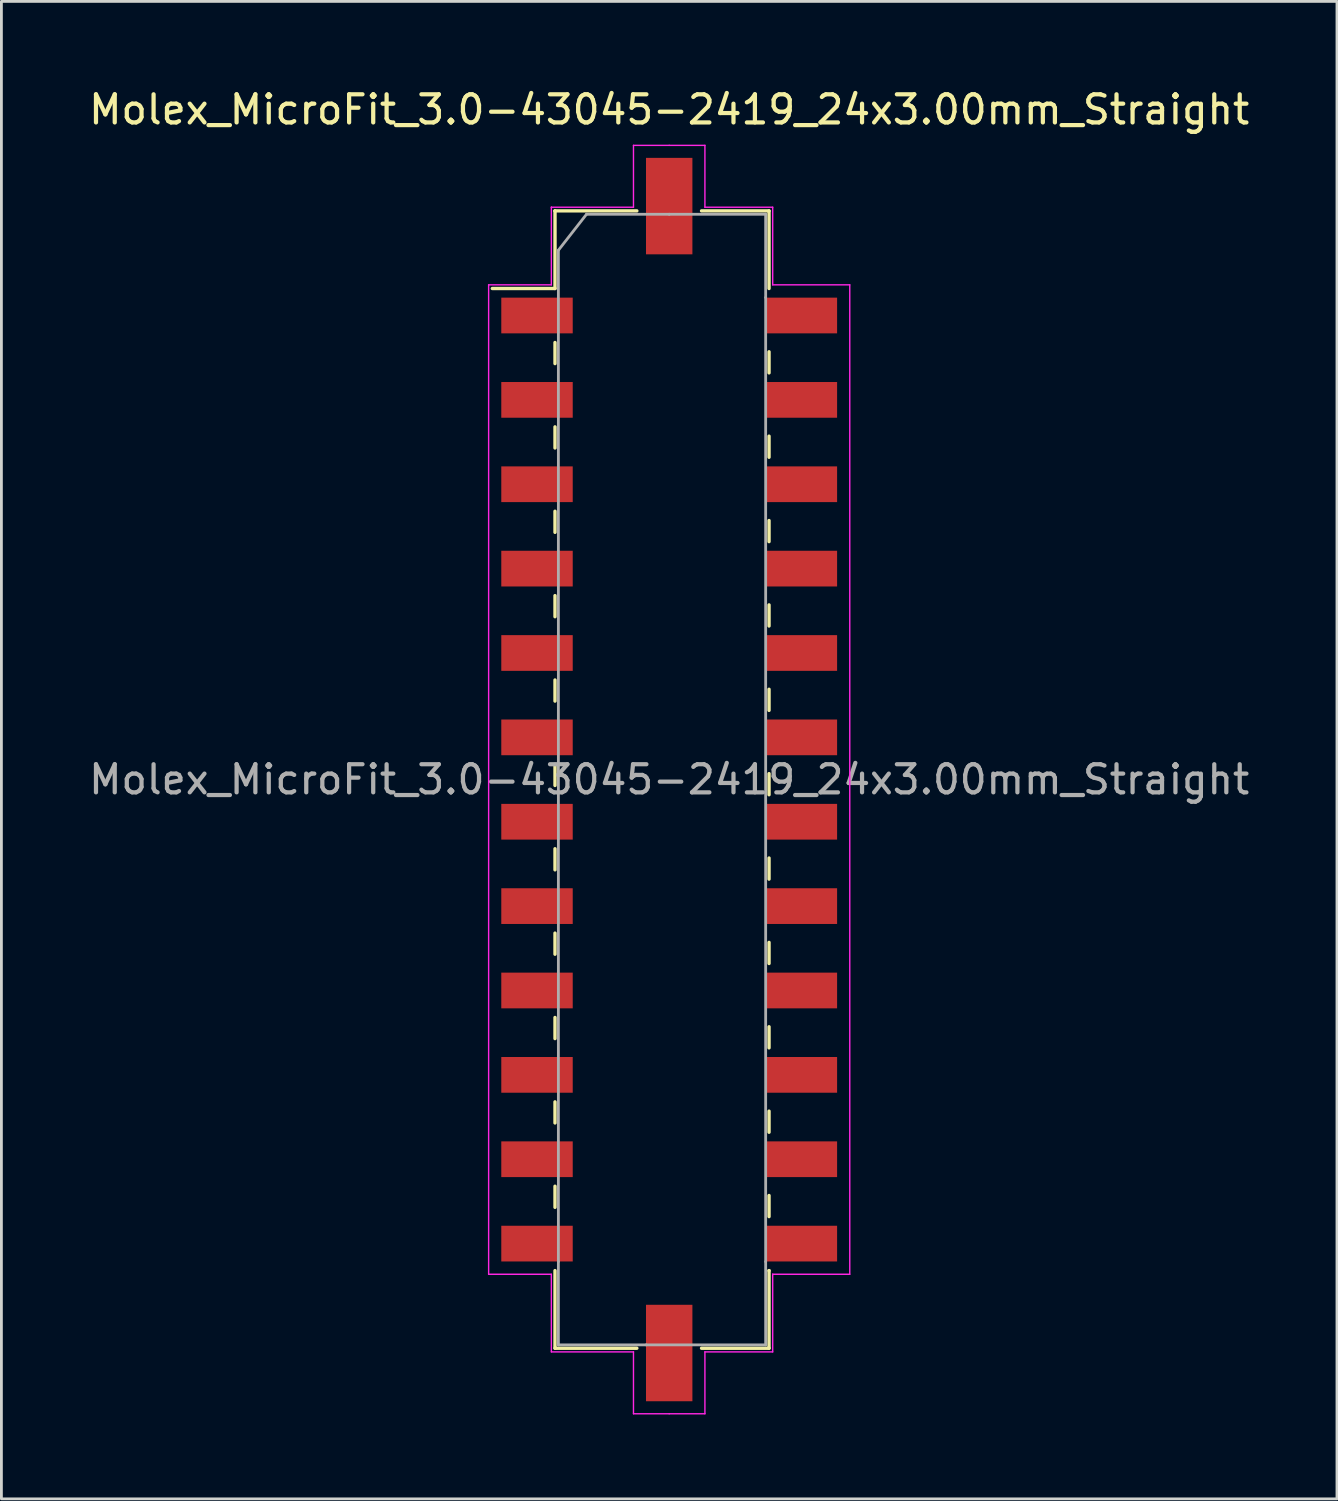
<source format=kicad_pcb>
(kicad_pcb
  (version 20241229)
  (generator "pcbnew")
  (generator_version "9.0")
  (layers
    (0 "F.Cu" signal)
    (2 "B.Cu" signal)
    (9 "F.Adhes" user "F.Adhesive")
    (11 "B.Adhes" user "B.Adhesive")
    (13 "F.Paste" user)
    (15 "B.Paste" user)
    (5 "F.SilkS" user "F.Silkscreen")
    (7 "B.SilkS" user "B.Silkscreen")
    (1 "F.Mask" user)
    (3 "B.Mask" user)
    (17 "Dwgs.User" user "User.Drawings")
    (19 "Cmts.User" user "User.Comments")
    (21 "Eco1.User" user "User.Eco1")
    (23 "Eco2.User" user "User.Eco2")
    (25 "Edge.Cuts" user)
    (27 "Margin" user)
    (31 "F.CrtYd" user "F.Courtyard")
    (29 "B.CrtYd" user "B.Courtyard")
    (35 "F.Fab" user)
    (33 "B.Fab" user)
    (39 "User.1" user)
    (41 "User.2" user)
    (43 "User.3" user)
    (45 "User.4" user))
  (footprint "Molex_MicroFit_3.0-43045-2419_24x3.00mm_Straight"
    (layer "F.Cu")
    (at 20.744 24.668)
    (property "Reference" "Molex_MicroFit_3.0-43045-2419_24x3.00mm_Straight" (at 0 -23.82 0) (layer "F.SilkS") (effects (font (size 1 1) (thickness 0.15))))
    (attr smd)
    (fp_line (start -6.29 -17.46) (end -4.06 -17.46) (stroke (width 0.12) (type solid)) (layer "F.SilkS"))
    (fp_line (start -4.06 -20.22) (end -4.06 -20.22) (stroke (width 0.12) (type solid)) (layer "F.SilkS"))
    (fp_line (start -4.06 -20.22) (end -1.15 -20.22) (stroke (width 0.12) (type solid)) (layer "F.SilkS"))
    (fp_line (start -4.06 -17.46) (end -4.06 -20.22) (stroke (width 0.12) (type solid)) (layer "F.SilkS"))
    (fp_line (start -4.06 -15.54) (end -4.06 -14.79) (stroke (width 0.12) (type solid)) (layer "F.SilkS"))
    (fp_line (start -4.06 -12.54) (end -4.06 -11.79) (stroke (width 0.12) (type solid)) (layer "F.SilkS"))
    (fp_line (start -4.06 -9.54) (end -4.06 -8.79) (stroke (width 0.12) (type solid)) (layer "F.SilkS"))
    (fp_line (start -4.06 -6.54) (end -4.06 -5.79) (stroke (width 0.12) (type solid)) (layer "F.SilkS"))
    (fp_line (start -4.06 -3.54) (end -4.06 -2.79) (stroke (width 0.12) (type solid)) (layer "F.SilkS"))
    (fp_line (start -4.06 -0.54) (end -4.06 0.21) (stroke (width 0.12) (type solid)) (layer "F.SilkS"))
    (fp_line (start -4.06 2.46) (end -4.06 3.21) (stroke (width 0.12) (type solid)) (layer "F.SilkS"))
    (fp_line (start -4.06 5.46) (end -4.06 6.21) (stroke (width 0.12) (type solid)) (layer "F.SilkS"))
    (fp_line (start -4.06 8.46) (end -4.06 9.21) (stroke (width 0.12) (type solid)) (layer "F.SilkS"))
    (fp_line (start -4.06 11.46) (end -4.06 12.21) (stroke (width 0.12) (type solid)) (layer "F.SilkS"))
    (fp_line (start -4.06 14.46) (end -4.06 15.21) (stroke (width 0.12) (type solid)) (layer "F.SilkS"))
    (fp_line (start -4.06 20.22) (end -4.06 17.46) (stroke (width 0.12) (type solid)) (layer "F.SilkS"))
    (fp_line (start -1.15 20.22) (end -4.06 20.22) (stroke (width 0.12) (type solid)) (layer "F.SilkS"))
    (fp_line (start 1.15 -20.22) (end 3.55 -20.22) (stroke (width 0.12) (type solid)) (layer "F.SilkS"))
    (fp_line (start 3.55 -20.22) (end 3.55 -17.46) (stroke (width 0.12) (type solid)) (layer "F.SilkS"))
    (fp_line (start 3.55 -14.46) (end 3.55 -15.21) (stroke (width 0.12) (type solid)) (layer "F.SilkS"))
    (fp_line (start 3.55 -11.46) (end 3.55 -12.21) (stroke (width 0.12) (type solid)) (layer "F.SilkS"))
    (fp_line (start 3.55 -8.46) (end 3.55 -9.21) (stroke (width 0.12) (type solid)) (layer "F.SilkS"))
    (fp_line (start 3.55 -5.46) (end 3.55 -6.21) (stroke (width 0.12) (type solid)) (layer "F.SilkS"))
    (fp_line (start 3.55 -2.46) (end 3.55 -3.21) (stroke (width 0.12) (type solid)) (layer "F.SilkS"))
    (fp_line (start 3.55 0.54) (end 3.55 -0.21) (stroke (width 0.12) (type solid)) (layer "F.SilkS"))
    (fp_line (start 3.55 3.54) (end 3.55 2.79) (stroke (width 0.12) (type solid)) (layer "F.SilkS"))
    (fp_line (start 3.55 6.54) (end 3.55 5.79) (stroke (width 0.12) (type solid)) (layer "F.SilkS"))
    (fp_line (start 3.55 9.54) (end 3.55 8.79) (stroke (width 0.12) (type solid)) (layer "F.SilkS"))
    (fp_line (start 3.55 12.54) (end 3.55 11.79) (stroke (width 0.12) (type solid)) (layer "F.SilkS"))
    (fp_line (start 3.55 15.54) (end 3.55 14.79) (stroke (width 0.12) (type solid)) (layer "F.SilkS"))
    (fp_line (start 3.55 17.46) (end 3.55 17.46) (stroke (width 0.12) (type solid)) (layer "F.SilkS"))
    (fp_line (start 3.55 17.46) (end 3.55 20.22) (stroke (width 0.12) (type solid)) (layer "F.SilkS"))
    (fp_line (start 3.55 20.22) (end 1.15 20.22) (stroke (width 0.12) (type solid)) (layer "F.SilkS"))
    (fp_line (start -6.42 -17.59) (end -4.19 -17.59) (stroke (width 0.05) (type solid)) (layer "F.CrtYd"))
    (fp_line (start -6.42 17.59) (end -6.42 -17.59) (stroke (width 0.05) (type solid)) (layer "F.CrtYd"))
    (fp_line (start -4.19 -20.35) (end -4.19 -20.35) (stroke (width 0.05) (type solid)) (layer "F.CrtYd"))
    (fp_line (start -4.19 -20.35) (end -1.27 -20.35) (stroke (width 0.05) (type solid)) (layer "F.CrtYd"))
    (fp_line (start -4.19 -17.59) (end -4.19 -20.35) (stroke (width 0.05) (type solid)) (layer "F.CrtYd"))
    (fp_line (start -4.19 17.59) (end -6.42 17.59) (stroke (width 0.05) (type solid)) (layer "F.CrtYd"))
    (fp_line (start -4.19 20.35) (end -4.19 17.59) (stroke (width 0.05) (type solid)) (layer "F.CrtYd"))
    (fp_line (start -1.27 -22.55) (end 0 -22.55) (stroke (width 0.05) (type solid)) (layer "F.CrtYd"))
    (fp_line (start -1.27 -20.35) (end -1.27 -22.55) (stroke (width 0.05) (type solid)) (layer "F.CrtYd"))
    (fp_line (start -1.27 20.35) (end -4.19 20.35) (stroke (width 0.05) (type solid)) (layer "F.CrtYd"))
    (fp_line (start -1.27 22.55) (end -1.27 20.35) (stroke (width 0.05) (type solid)) (layer "F.CrtYd"))
    (fp_line (start 0 -22.55) (end 1.27 -22.55) (stroke (width 0.05) (type solid)) (layer "F.CrtYd"))
    (fp_line (start 0 22.55) (end -1.27 22.55) (stroke (width 0.05) (type solid)) (layer "F.CrtYd"))
    (fp_line (start 1.27 -22.55) (end 1.27 -20.35) (stroke (width 0.05) (type solid)) (layer "F.CrtYd"))
    (fp_line (start 1.27 -20.35) (end 3.68 -20.35) (stroke (width 0.05) (type solid)) (layer "F.CrtYd"))
    (fp_line (start 1.27 20.35) (end 1.27 22.55) (stroke (width 0.05) (type solid)) (layer "F.CrtYd"))
    (fp_line (start 1.27 22.55) (end 0 22.55) (stroke (width 0.05) (type solid)) (layer "F.CrtYd"))
    (fp_line (start 3.68 -20.35) (end 3.68 -17.59) (stroke (width 0.05) (type solid)) (layer "F.CrtYd"))
    (fp_line (start 3.68 -17.59) (end 6.42 -17.59) (stroke (width 0.05) (type solid)) (layer "F.CrtYd"))
    (fp_line (start 3.68 17.59) (end 3.68 17.59) (stroke (width 0.05) (type solid)) (layer "F.CrtYd"))
    (fp_line (start 3.68 17.59) (end 3.68 20.35) (stroke (width 0.05) (type solid)) (layer "F.CrtYd"))
    (fp_line (start 3.68 20.35) (end 1.27 20.35) (stroke (width 0.05) (type solid)) (layer "F.CrtYd"))
    (fp_line (start 6.42 -17.59) (end 6.42 17.59) (stroke (width 0.05) (type solid)) (layer "F.CrtYd"))
    (fp_line (start 6.42 17.59) (end 3.68 17.59) (stroke (width 0.05) (type solid)) (layer "F.CrtYd"))
    (fp_line (start -3.94 -18.82) (end -2.94 -20.1) (stroke (width 0.1) (type solid)) (layer "F.Fab"))
    (fp_line (start -3.94 17.14) (end -3.94 -18.82) (stroke (width 0.1) (type solid)) (layer "F.Fab"))
    (fp_line (start -3.94 20.1) (end -3.94 17.14) (stroke (width 0.1) (type solid)) (layer "F.Fab"))
    (fp_line (start -2.94 -20.1) (end 0 -20.1) (stroke (width 0.1) (type solid)) (layer "F.Fab"))
    (fp_line (start -0.82 20.1) (end -3.94 20.1) (stroke (width 0.1) (type solid)) (layer "F.Fab"))
    (fp_line (start 0 -20.1) (end 3.43 -20.1) (stroke (width 0.1) (type solid)) (layer "F.Fab"))
    (fp_line (start 3.43 -20.1) (end 3.43 -17.14) (stroke (width 0.1) (type solid)) (layer "F.Fab"))
    (fp_line (start 3.43 -17.14) (end 3.43 17.14) (stroke (width 0.1) (type solid)) (layer "F.Fab"))
    (fp_line (start 3.43 17.14) (end 3.43 20.1) (stroke (width 0.1) (type solid)) (layer "F.Fab"))
    (fp_line (start 3.43 20.1) (end -0.82 20.1) (stroke (width 0.1) (type solid)) (layer "F.Fab"))
    (fp_text user "${REFERENCE}" (at 0 0 0) (layer "F.Fab") (effects (font (size 1 1) (thickness 0.15))))
    (pad "" smd rect (at 0 -20.39) (size 1.65 3.43) (layers "F.Cu" "F.Mask" "F.Paste"))
    (pad "" smd rect (at 0 20.39) (size 1.65 3.43) (layers "F.Cu" "F.Mask" "F.Paste"))
    (pad "1" smd rect (at -4.7 -16.5) (size 2.54 1.27) (layers "F.Cu" "F.Mask" "F.Paste"))
    (pad "2" smd rect (at -4.7 -13.5) (size 2.54 1.27) (layers "F.Cu" "F.Mask" "F.Paste"))
    (pad "3" smd rect (at -4.7 -10.5) (size 2.54 1.27) (layers "F.Cu" "F.Mask" "F.Paste"))
    (pad "4" smd rect (at -4.7 -7.5) (size 2.54 1.27) (layers "F.Cu" "F.Mask" "F.Paste"))
    (pad "5" smd rect (at -4.7 -4.5) (size 2.54 1.27) (layers "F.Cu" "F.Mask" "F.Paste"))
    (pad "6" smd rect (at -4.7 -1.5) (size 2.54 1.27) (layers "F.Cu" "F.Mask" "F.Paste"))
    (pad "7" smd rect (at -4.7 1.5) (size 2.54 1.27) (layers "F.Cu" "F.Mask" "F.Paste"))
    (pad "8" smd rect (at -4.7 4.5) (size 2.54 1.27) (layers "F.Cu" "F.Mask" "F.Paste"))
    (pad "9" smd rect (at -4.7 7.5) (size 2.54 1.27) (layers "F.Cu" "F.Mask" "F.Paste"))
    (pad "10" smd rect (at -4.7 10.5) (size 2.54 1.27) (layers "F.Cu" "F.Mask" "F.Paste"))
    (pad "11" smd rect (at -4.7 13.5) (size 2.54 1.27) (layers "F.Cu" "F.Mask" "F.Paste"))
    (pad "12" smd rect (at -4.7 16.5) (size 2.54 1.27) (layers "F.Cu" "F.Mask" "F.Paste"))
    (pad "13" smd rect (at 4.7 16.5) (size 2.54 1.27) (layers "F.Cu" "F.Mask" "F.Paste"))
    (pad "14" smd rect (at 4.7 13.5) (size 2.54 1.27) (layers "F.Cu" "F.Mask" "F.Paste"))
    (pad "15" smd rect (at 4.7 10.5) (size 2.54 1.27) (layers "F.Cu" "F.Mask" "F.Paste"))
    (pad "16" smd rect (at 4.7 7.5) (size 2.54 1.27) (layers "F.Cu" "F.Mask" "F.Paste"))
    (pad "17" smd rect (at 4.7 4.5) (size 2.54 1.27) (layers "F.Cu" "F.Mask" "F.Paste"))
    (pad "18" smd rect (at 4.7 1.5) (size 2.54 1.27) (layers "F.Cu" "F.Mask" "F.Paste"))
    (pad "19" smd rect (at 4.7 -1.5) (size 2.54 1.27) (layers "F.Cu" "F.Mask" "F.Paste"))
    (pad "20" smd rect (at 4.7 -4.5) (size 2.54 1.27) (layers "F.Cu" "F.Mask" "F.Paste"))
    (pad "21" smd rect (at 4.7 -7.5) (size 2.54 1.27) (layers "F.Cu" "F.Mask" "F.Paste"))
    (pad "22" smd rect (at 4.7 -10.5) (size 2.54 1.27) (layers "F.Cu" "F.Mask" "F.Paste"))
    (pad "23" smd rect (at 4.7 -13.5) (size 2.54 1.27) (layers "F.Cu" "F.Mask" "F.Paste"))
    (pad "24" smd rect (at 4.7 -16.5) (size 2.54 1.27) (layers "F.Cu" "F.Mask" "F.Paste")))
  (gr_rect
    (start -3 -3)
    (end 44.488 50.243)
    (stroke (width 0.1) (type default))
    (fill no)
    (layer "Edge.Cuts")))
</source>
